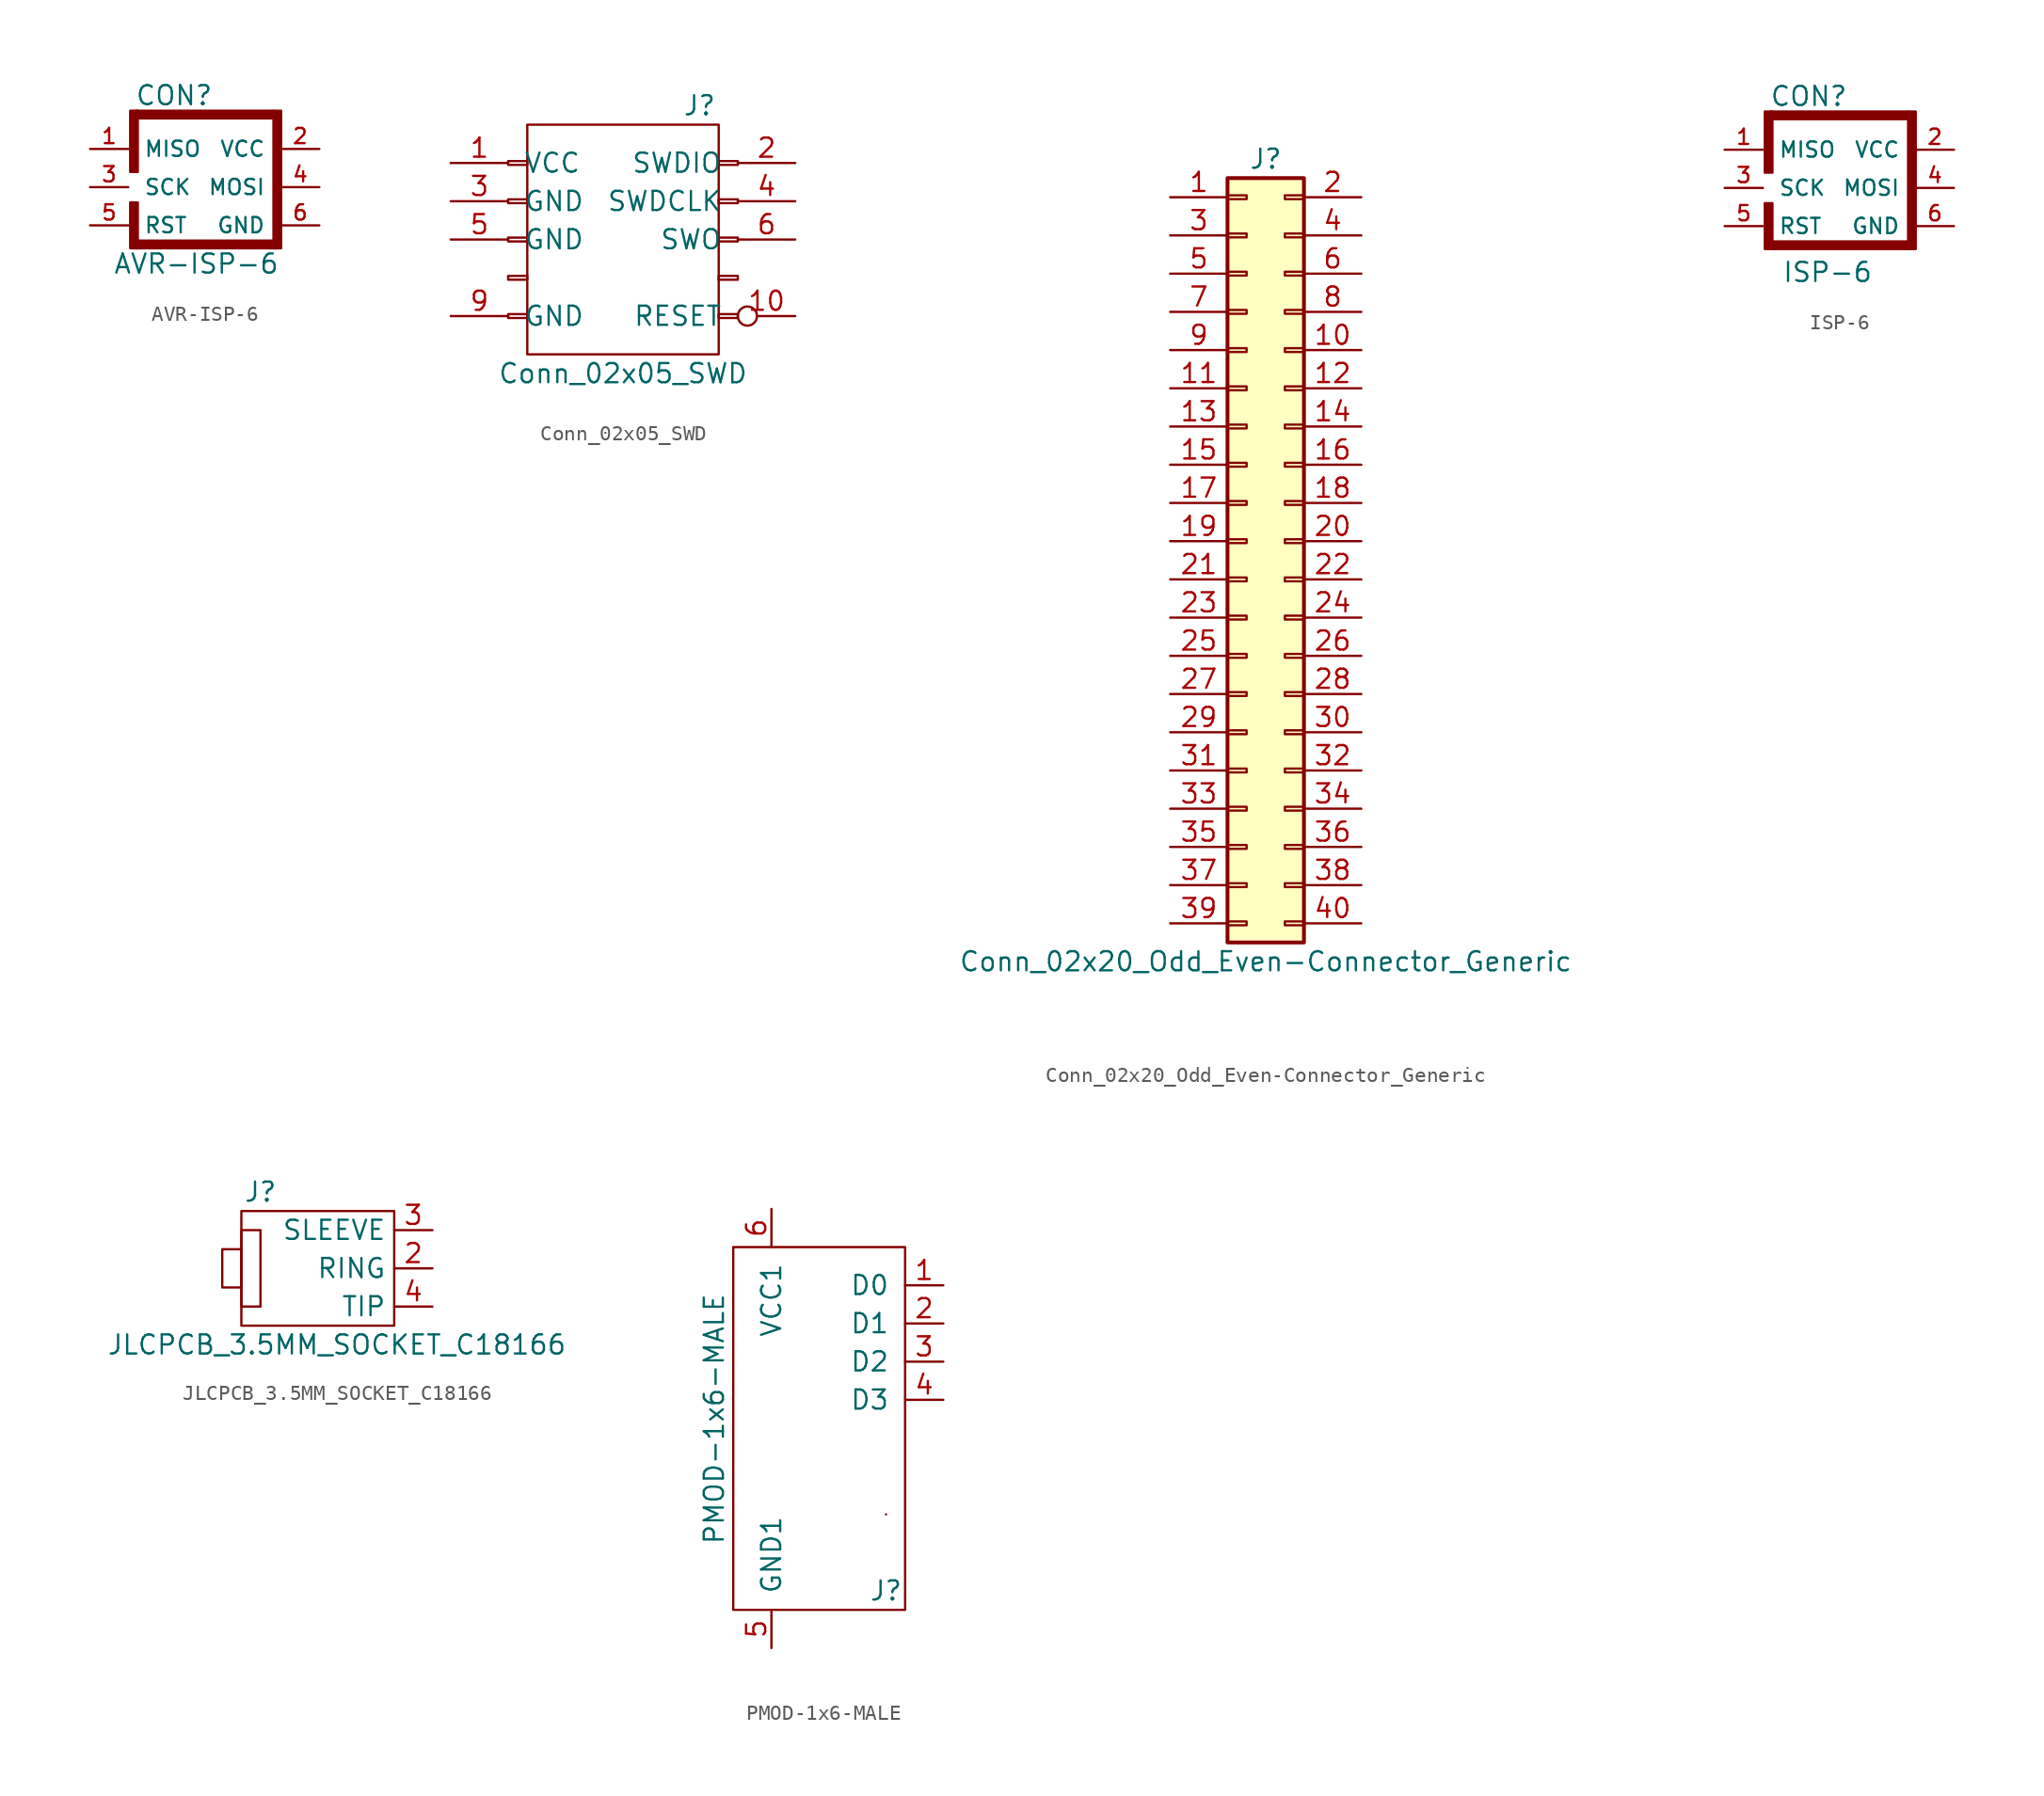
<source format=kicad_sym>
(kicad_symbol_lib
  (version 20220914)
  (generator kicad_symbol_editor)
  (symbol "AVR-ISP-6"
    (pin_names
      (offset 1.016))
    (property "Reference" "CON"
      (at -2.032 6.096 0)
      (effects (font (size 1.27 1.27))))
    (property "Value" "AVR-ISP-6"
      (at -6.096 -5.842 0)
      (effects (font (size 1.27 1.27)) (justify left bottom)))
    (property "Datasheet" ""
      (at 0 0 0)
      (effects (font (size 1.524 1.524))))
    (symbol "AVR-ISP-6_0_1"
      (rectangle (start -4.572 -3.556) (end 4.826 -4.064) (stroke (width 0) (type default)) (fill (type outline)))
      (rectangle (start -4.572 5.08) (end 4.572 4.572) (stroke (width 0) (type default)) (fill (type outline)))
      (rectangle (start -4.445 -4.064) (end -4.953 -1.016) (stroke (width 0) (type default)) (fill (type outline)))
      (rectangle (start -4.445 5.08) (end -4.953 1.016) (stroke (width 0) (type default)) (fill (type outline)))
      (rectangle (start 4.572 5.08) (end 5.08 -4.064) (stroke (width 0) (type default)) (fill (type outline))))
    (symbol "AVR-ISP-6_1_1"
      (pin passive line (at -7.62 2.54 0) (length 2.54) (name "MISO" (effects (font (size 1.016 1.016)))) (number "1" (effects (font (size 1.016 1.016)))))
      (pin power_in line (at 7.62 2.54 180) (length 2.54) (name "VCC" (effects (font (size 1.016 1.016)))) (number "2" (effects (font (size 1.016 1.016)))))
      (pin passive line (at -7.62 0 0) (length 2.54) (name "SCK" (effects (font (size 1.016 1.016)))) (number "3" (effects (font (size 1.016 1.016)))))
      (pin input line (at 7.62 0 180) (length 2.54) (name "MOSI" (effects (font (size 1.016 1.016)))) (number "4" (effects (font (size 1.016 1.016)))))
      (pin passive line (at -7.62 -2.54 0) (length 2.54) (name "RST" (effects (font (size 1.016 1.016)))) (number "5" (effects (font (size 1.016 1.016)))))
      (pin power_in line (at 7.62 -2.54 180) (length 2.54) (name "GND" (effects (font (size 1.016 1.016)))) (number "6" (effects (font (size 1.016 1.016)))))))
  (symbol "Conn_02x05_SWD"
    (pin_names
      (offset 1.016))
    (property "Reference" "J"
      (at 5.08 8.89 0)
      (effects (font (size 1.27 1.27))))
    (property "Value" "Conn_02x05_SWD"
      (at 0 -8.89 0)
      (effects (font (size 1.27 1.27))))
    (symbol "Conn_02x05_SWD_0_1"
      (rectangle (start -6.35 7.62) (end 6.35 -7.62) (stroke (width 0) (type default)) (fill (type none))))
    (symbol "Conn_02x05_SWD_1_1"
      (rectangle (start -7.62 -4.953) (end -6.35 -5.207) (stroke (width 0.152) (type default)) (fill (type none)))
      (rectangle (start -7.62 -2.413) (end -6.35 -2.667) (stroke (width 0.152) (type default)) (fill (type none)))
      (rectangle (start -7.62 0.127) (end -6.35 -0.127) (stroke (width 0.152) (type default)) (fill (type none)))
      (rectangle (start -7.62 2.667) (end -6.35 2.413) (stroke (width 0.152) (type default)) (fill (type none)))
      (rectangle (start -7.62 5.207) (end -6.35 4.953) (stroke (width 0.152) (type default)) (fill (type none)))
      (rectangle (start 7.62 -4.953) (end 6.35 -5.207) (stroke (width 0.152) (type default)) (fill (type none)))
      (rectangle (start 7.62 -2.413) (end 6.35 -2.667) (stroke (width 0.152) (type default)) (fill (type none)))
      (rectangle (start 7.62 0.127) (end 6.35 -0.127) (stroke (width 0.152) (type default)) (fill (type none)))
      (rectangle (start 7.62 2.667) (end 6.35 2.413) (stroke (width 0.152) (type default)) (fill (type none)))
      (rectangle (start 7.62 5.207) (end 6.35 4.953) (stroke (width 0.152) (type default)) (fill (type none)))
      (pin power_in line (at -11.43 5.08 0) (length 3.81) (name "VCC" (effects (font (size 1.27 1.27)))) (number "1" (effects (font (size 1.27 1.27)))))
      (pin bidirectional inverted (at 11.43 -5.08 180) (length 3.81) (name "RESET" (effects (font (size 1.27 1.27)))) (number "10" (effects (font (size 1.27 1.27)))))
      (pin bidirectional line (at 11.43 5.08 180) (length 3.81) (name "SWDIO" (effects (font (size 1.27 1.27)))) (number "2" (effects (font (size 1.27 1.27)))))
      (pin passive line (at -11.43 2.54 0) (length 3.81) (name "GND" (effects (font (size 1.27 1.27)))) (number "3" (effects (font (size 1.27 1.27)))))
      (pin bidirectional line (at 11.43 2.54 180) (length 3.81) (name "SWDCLK" (effects (font (size 1.27 1.27)))) (number "4" (effects (font (size 1.27 1.27)))))
      (pin passive line (at -11.43 0 0) (length 3.81) (name "GND" (effects (font (size 1.27 1.27)))) (number "5" (effects (font (size 1.27 1.27)))))
      (pin bidirectional line (at 11.43 0 180) (length 3.81) (name "SWO" (effects (font (size 1.27 1.27)))) (number "6" (effects (font (size 1.27 1.27)))))
      (pin passive line (at -11.43 -5.08 0) (length 3.81) (name "GND" (effects (font (size 1.27 1.27)))) (number "9" (effects (font (size 1.27 1.27)))))))
  (symbol "Conn_02x20_Odd_Even-Connector_Generic"
    (pin_names
      (offset 1.016) hide)
    (property "Reference" "J"
      (at 1.27 25.4 0)
      (effects (font (size 1.27 1.27))))
    (property "Value" "Conn_02x20_Odd_Even-Connector_Generic"
      (at 1.27 -27.94 0)
      (effects (font (size 1.27 1.27))))
    (symbol "Conn_02x20_Odd_Even-Connector_Generic_1_1"
      (rectangle (start -1.27 -25.273) (end 0 -25.527) (stroke (width 0.152) (type default)) (fill (type none)))
      (rectangle (start -1.27 -22.733) (end 0 -22.987) (stroke (width 0.152) (type default)) (fill (type none)))
      (rectangle (start -1.27 -20.193) (end 0 -20.447) (stroke (width 0.152) (type default)) (fill (type none)))
      (rectangle (start -1.27 -17.653) (end 0 -17.907) (stroke (width 0.152) (type default)) (fill (type none)))
      (rectangle (start -1.27 -15.113) (end 0 -15.367) (stroke (width 0.152) (type default)) (fill (type none)))
      (rectangle (start -1.27 -12.573) (end 0 -12.827) (stroke (width 0.152) (type default)) (fill (type none)))
      (rectangle (start -1.27 -10.033) (end 0 -10.287) (stroke (width 0.152) (type default)) (fill (type none)))
      (rectangle (start -1.27 -7.493) (end 0 -7.747) (stroke (width 0.152) (type default)) (fill (type none)))
      (rectangle (start -1.27 -4.953) (end 0 -5.207) (stroke (width 0.152) (type default)) (fill (type none)))
      (rectangle (start -1.27 -2.413) (end 0 -2.667) (stroke (width 0.152) (type default)) (fill (type none)))
      (rectangle (start -1.27 0.127) (end 0 -0.127) (stroke (width 0.152) (type default)) (fill (type none)))
      (rectangle (start -1.27 2.667) (end 0 2.413) (stroke (width 0.152) (type default)) (fill (type none)))
      (rectangle (start -1.27 5.207) (end 0 4.953) (stroke (width 0.152) (type default)) (fill (type none)))
      (rectangle (start -1.27 7.747) (end 0 7.493) (stroke (width 0.152) (type default)) (fill (type none)))
      (rectangle (start -1.27 10.287) (end 0 10.033) (stroke (width 0.152) (type default)) (fill (type none)))
      (rectangle (start -1.27 12.827) (end 0 12.573) (stroke (width 0.152) (type default)) (fill (type none)))
      (rectangle (start -1.27 15.367) (end 0 15.113) (stroke (width 0.152) (type default)) (fill (type none)))
      (rectangle (start -1.27 17.907) (end 0 17.653) (stroke (width 0.152) (type default)) (fill (type none)))
      (rectangle (start -1.27 20.447) (end 0 20.193) (stroke (width 0.152) (type default)) (fill (type none)))
      (rectangle (start -1.27 22.987) (end 0 22.733) (stroke (width 0.152) (type default)) (fill (type none)))
      (rectangle (start -1.27 24.13) (end 3.81 -26.67) (stroke (width 0.254) (type default)) (fill (type background)))
      (rectangle (start 3.81 -25.273) (end 2.54 -25.527) (stroke (width 0.152) (type default)) (fill (type none)))
      (rectangle (start 3.81 -22.733) (end 2.54 -22.987) (stroke (width 0.152) (type default)) (fill (type none)))
      (rectangle (start 3.81 -20.193) (end 2.54 -20.447) (stroke (width 0.152) (type default)) (fill (type none)))
      (rectangle (start 3.81 -17.653) (end 2.54 -17.907) (stroke (width 0.152) (type default)) (fill (type none)))
      (rectangle (start 3.81 -15.113) (end 2.54 -15.367) (stroke (width 0.152) (type default)) (fill (type none)))
      (rectangle (start 3.81 -12.573) (end 2.54 -12.827) (stroke (width 0.152) (type default)) (fill (type none)))
      (rectangle (start 3.81 -10.033) (end 2.54 -10.287) (stroke (width 0.152) (type default)) (fill (type none)))
      (rectangle (start 3.81 -7.493) (end 2.54 -7.747) (stroke (width 0.152) (type default)) (fill (type none)))
      (rectangle (start 3.81 -4.953) (end 2.54 -5.207) (stroke (width 0.152) (type default)) (fill (type none)))
      (rectangle (start 3.81 -2.413) (end 2.54 -2.667) (stroke (width 0.152) (type default)) (fill (type none)))
      (rectangle (start 3.81 0.127) (end 2.54 -0.127) (stroke (width 0.152) (type default)) (fill (type none)))
      (rectangle (start 3.81 2.667) (end 2.54 2.413) (stroke (width 0.152) (type default)) (fill (type none)))
      (rectangle (start 3.81 5.207) (end 2.54 4.953) (stroke (width 0.152) (type default)) (fill (type none)))
      (rectangle (start 3.81 7.747) (end 2.54 7.493) (stroke (width 0.152) (type default)) (fill (type none)))
      (rectangle (start 3.81 10.287) (end 2.54 10.033) (stroke (width 0.152) (type default)) (fill (type none)))
      (rectangle (start 3.81 12.827) (end 2.54 12.573) (stroke (width 0.152) (type default)) (fill (type none)))
      (rectangle (start 3.81 15.367) (end 2.54 15.113) (stroke (width 0.152) (type default)) (fill (type none)))
      (rectangle (start 3.81 17.907) (end 2.54 17.653) (stroke (width 0.152) (type default)) (fill (type none)))
      (rectangle (start 3.81 20.447) (end 2.54 20.193) (stroke (width 0.152) (type default)) (fill (type none)))
      (rectangle (start 3.81 22.987) (end 2.54 22.733) (stroke (width 0.152) (type default)) (fill (type none)))
      (pin passive line (at -5.08 22.86 0) (length 3.81) (name "Pin_1" (effects (font (size 1.27 1.27)))) (number "1" (effects (font (size 1.27 1.27)))))
      (pin passive line (at 7.62 12.7 180) (length 3.81) (name "Pin_10" (effects (font (size 1.27 1.27)))) (number "10" (effects (font (size 1.27 1.27)))))
      (pin passive line (at -5.08 10.16 0) (length 3.81) (name "Pin_11" (effects (font (size 1.27 1.27)))) (number "11" (effects (font (size 1.27 1.27)))))
      (pin passive line (at 7.62 10.16 180) (length 3.81) (name "Pin_12" (effects (font (size 1.27 1.27)))) (number "12" (effects (font (size 1.27 1.27)))))
      (pin passive line (at -5.08 7.62 0) (length 3.81) (name "Pin_13" (effects (font (size 1.27 1.27)))) (number "13" (effects (font (size 1.27 1.27)))))
      (pin passive line (at 7.62 7.62 180) (length 3.81) (name "Pin_14" (effects (font (size 1.27 1.27)))) (number "14" (effects (font (size 1.27 1.27)))))
      (pin passive line (at -5.08 5.08 0) (length 3.81) (name "Pin_15" (effects (font (size 1.27 1.27)))) (number "15" (effects (font (size 1.27 1.27)))))
      (pin passive line (at 7.62 5.08 180) (length 3.81) (name "Pin_16" (effects (font (size 1.27 1.27)))) (number "16" (effects (font (size 1.27 1.27)))))
      (pin passive line (at -5.08 2.54 0) (length 3.81) (name "Pin_17" (effects (font (size 1.27 1.27)))) (number "17" (effects (font (size 1.27 1.27)))))
      (pin passive line (at 7.62 2.54 180) (length 3.81) (name "Pin_18" (effects (font (size 1.27 1.27)))) (number "18" (effects (font (size 1.27 1.27)))))
      (pin passive line (at -5.08 0 0) (length 3.81) (name "Pin_19" (effects (font (size 1.27 1.27)))) (number "19" (effects (font (size 1.27 1.27)))))
      (pin passive line (at 7.62 22.86 180) (length 3.81) (name "Pin_2" (effects (font (size 1.27 1.27)))) (number "2" (effects (font (size 1.27 1.27)))))
      (pin passive line (at 7.62 0 180) (length 3.81) (name "Pin_20" (effects (font (size 1.27 1.27)))) (number "20" (effects (font (size 1.27 1.27)))))
      (pin passive line (at -5.08 -2.54 0) (length 3.81) (name "Pin_21" (effects (font (size 1.27 1.27)))) (number "21" (effects (font (size 1.27 1.27)))))
      (pin passive line (at 7.62 -2.54 180) (length 3.81) (name "Pin_22" (effects (font (size 1.27 1.27)))) (number "22" (effects (font (size 1.27 1.27)))))
      (pin passive line (at -5.08 -5.08 0) (length 3.81) (name "Pin_23" (effects (font (size 1.27 1.27)))) (number "23" (effects (font (size 1.27 1.27)))))
      (pin passive line (at 7.62 -5.08 180) (length 3.81) (name "Pin_24" (effects (font (size 1.27 1.27)))) (number "24" (effects (font (size 1.27 1.27)))))
      (pin passive line (at -5.08 -7.62 0) (length 3.81) (name "Pin_25" (effects (font (size 1.27 1.27)))) (number "25" (effects (font (size 1.27 1.27)))))
      (pin passive line (at 7.62 -7.62 180) (length 3.81) (name "Pin_26" (effects (font (size 1.27 1.27)))) (number "26" (effects (font (size 1.27 1.27)))))
      (pin passive line (at -5.08 -10.16 0) (length 3.81) (name "Pin_27" (effects (font (size 1.27 1.27)))) (number "27" (effects (font (size 1.27 1.27)))))
      (pin passive line (at 7.62 -10.16 180) (length 3.81) (name "Pin_28" (effects (font (size 1.27 1.27)))) (number "28" (effects (font (size 1.27 1.27)))))
      (pin passive line (at -5.08 -12.7 0) (length 3.81) (name "Pin_29" (effects (font (size 1.27 1.27)))) (number "29" (effects (font (size 1.27 1.27)))))
      (pin passive line (at -5.08 20.32 0) (length 3.81) (name "Pin_3" (effects (font (size 1.27 1.27)))) (number "3" (effects (font (size 1.27 1.27)))))
      (pin passive line (at 7.62 -12.7 180) (length 3.81) (name "Pin_30" (effects (font (size 1.27 1.27)))) (number "30" (effects (font (size 1.27 1.27)))))
      (pin passive line (at -5.08 -15.24 0) (length 3.81) (name "Pin_31" (effects (font (size 1.27 1.27)))) (number "31" (effects (font (size 1.27 1.27)))))
      (pin passive line (at 7.62 -15.24 180) (length 3.81) (name "Pin_32" (effects (font (size 1.27 1.27)))) (number "32" (effects (font (size 1.27 1.27)))))
      (pin passive line (at -5.08 -17.78 0) (length 3.81) (name "Pin_33" (effects (font (size 1.27 1.27)))) (number "33" (effects (font (size 1.27 1.27)))))
      (pin passive line (at 7.62 -17.78 180) (length 3.81) (name "Pin_34" (effects (font (size 1.27 1.27)))) (number "34" (effects (font (size 1.27 1.27)))))
      (pin passive line (at -5.08 -20.32 0) (length 3.81) (name "Pin_35" (effects (font (size 1.27 1.27)))) (number "35" (effects (font (size 1.27 1.27)))))
      (pin passive line (at 7.62 -20.32 180) (length 3.81) (name "Pin_36" (effects (font (size 1.27 1.27)))) (number "36" (effects (font (size 1.27 1.27)))))
      (pin passive line (at -5.08 -22.86 0) (length 3.81) (name "Pin_37" (effects (font (size 1.27 1.27)))) (number "37" (effects (font (size 1.27 1.27)))))
      (pin passive line (at 7.62 -22.86 180) (length 3.81) (name "Pin_38" (effects (font (size 1.27 1.27)))) (number "38" (effects (font (size 1.27 1.27)))))
      (pin passive line (at -5.08 -25.4 0) (length 3.81) (name "Pin_39" (effects (font (size 1.27 1.27)))) (number "39" (effects (font (size 1.27 1.27)))))
      (pin passive line (at 7.62 20.32 180) (length 3.81) (name "Pin_4" (effects (font (size 1.27 1.27)))) (number "4" (effects (font (size 1.27 1.27)))))
      (pin passive line (at 7.62 -25.4 180) (length 3.81) (name "Pin_40" (effects (font (size 1.27 1.27)))) (number "40" (effects (font (size 1.27 1.27)))))
      (pin passive line (at -5.08 17.78 0) (length 3.81) (name "Pin_5" (effects (font (size 1.27 1.27)))) (number "5" (effects (font (size 1.27 1.27)))))
      (pin passive line (at 7.62 17.78 180) (length 3.81) (name "Pin_6" (effects (font (size 1.27 1.27)))) (number "6" (effects (font (size 1.27 1.27)))))
      (pin passive line (at -5.08 15.24 0) (length 3.81) (name "Pin_7" (effects (font (size 1.27 1.27)))) (number "7" (effects (font (size 1.27 1.27)))))
      (pin passive line (at 7.62 15.24 180) (length 3.81) (name "Pin_8" (effects (font (size 1.27 1.27)))) (number "8" (effects (font (size 1.27 1.27)))))
      (pin passive line (at -5.08 12.7 0) (length 3.81) (name "Pin_9" (effects (font (size 1.27 1.27)))) (number "9" (effects (font (size 1.27 1.27)))))))
  (symbol "ISP-6"
    (pin_names
      (offset 1.016))
    (property "Reference" "CON"
      (at -2.032 6.096 0)
      (effects (font (size 1.27 1.27))))
    (property "Value" "ISP-6"
      (at -3.81 -6.35 0)
      (effects (font (size 1.27 1.27)) (justify left bottom)))
    (property "Datasheet" ""
      (at 0 0 0)
      (effects (font (size 1.524 1.524))))
    (symbol "ISP-6_0_1"
      (rectangle (start -4.572 -3.556) (end 4.826 -4.064) (stroke (width 0) (type default)) (fill (type outline)))
      (rectangle (start -4.572 5.08) (end 4.572 4.572) (stroke (width 0) (type default)) (fill (type outline)))
      (rectangle (start -4.445 -4.064) (end -4.953 -1.016) (stroke (width 0) (type default)) (fill (type outline)))
      (rectangle (start -4.445 5.08) (end -4.953 1.016) (stroke (width 0) (type default)) (fill (type outline)))
      (rectangle (start 4.572 5.08) (end 5.08 -4.064) (stroke (width 0) (type default)) (fill (type outline))))
    (symbol "ISP-6_1_1"
      (pin passive line (at -7.62 2.54 0) (length 2.54) (name "MISO" (effects (font (size 1.016 1.016)))) (number "1" (effects (font (size 1.016 1.016)))))
      (pin power_out line (at 7.62 2.54 180) (length 2.54) (name "VCC" (effects (font (size 1.016 1.016)))) (number "2" (effects (font (size 1.016 1.016)))))
      (pin passive line (at -7.62 0 0) (length 2.54) (name "SCK" (effects (font (size 1.016 1.016)))) (number "3" (effects (font (size 1.016 1.016)))))
      (pin input line (at 7.62 0 180) (length 2.54) (name "MOSI" (effects (font (size 1.016 1.016)))) (number "4" (effects (font (size 1.016 1.016)))))
      (pin passive line (at -7.62 -2.54 0) (length 2.54) (name "RST" (effects (font (size 1.016 1.016)))) (number "5" (effects (font (size 1.016 1.016)))))
      (pin power_in line (at 7.62 -2.54 180) (length 2.54) (name "GND" (effects (font (size 1.016 1.016)))) (number "6" (effects (font (size 1.016 1.016)))))))
  (symbol "JLCPCB_3.5MM_SOCKET_C18166"
    (property "Reference" "J"
      (at -5.08 3.81 0)
      (effects (font (size 1.27 1.27))))
    (property "Value" "JLCPCB_3.5MM_SOCKET_C18166"
      (at 0 -6.35 0)
      (effects (font (size 1.27 1.27))))
    (symbol "JLCPCB_3.5MM_SOCKET_C18166_0_1"
      (rectangle (start -6.35 0) (end -7.62 -2.54) (stroke (width 0) (type default)) (fill (type none)))
      (rectangle (start -6.35 1.27) (end -5.08 -3.81) (stroke (width 0) (type default)) (fill (type none)))
      (rectangle (start -6.35 2.54) (end 3.81 -5.08) (stroke (width 0) (type default)) (fill (type none))))
    (symbol "JLCPCB_3.5MM_SOCKET_C18166_1_1"
      (pin passive line (at 6.35 -1.27 180) (length 2.54) (name "RING" (effects (font (size 1.27 1.27)))) (number "2" (effects (font (size 1.27 1.27)))))
      (pin passive line (at 6.35 1.27 180) (length 2.54) (name "SLEEVE" (effects (font (size 1.27 1.27)))) (number "3" (effects (font (size 1.27 1.27)))))
      (pin passive line (at 6.35 -3.81 180) (length 2.54) (name "TIP" (effects (font (size 1.27 1.27)))) (number "4" (effects (font (size 1.27 1.27)))))))
  (symbol "PMOD-1x6-MALE"
    (pin_names
      (offset 1.016))
    (property "Reference" "J"
      (at 2.54 -13.97 0)
      (effects (font (size 1.27 1.27))))
    (property "Value" "PMOD-1x6-MALE"
      (at -8.89 -2.54 90)
      (effects (font (size 1.27 1.27))))
    (symbol "PMOD-1x6-MALE_0_1"
      (rectangle (start -7.62 8.89) (end 3.81 -15.24) (stroke (width 0) (type default)) (fill (type none)))
      (rectangle (start 2.54 -8.89) (end 2.54 -8.89) (stroke (width 0) (type default)) (fill (type none))))
    (symbol "PMOD-1x6-MALE_1_1"
      (pin bidirectional line (at 6.35 6.35 180) (length 2.54) (name "D0" (effects (font (size 1.27 1.27)))) (number "1" (effects (font (size 1.27 1.27)))))
      (pin bidirectional line (at 6.35 3.81 180) (length 2.54) (name "D1" (effects (font (size 1.27 1.27)))) (number "2" (effects (font (size 1.27 1.27)))))
      (pin bidirectional line (at 6.35 1.27 180) (length 2.54) (name "D2" (effects (font (size 1.27 1.27)))) (number "3" (effects (font (size 1.27 1.27)))))
      (pin bidirectional line (at 6.35 -1.27 180) (length 2.54) (name "D3" (effects (font (size 1.27 1.27)))) (number "4" (effects (font (size 1.27 1.27)))))
      (pin passive line (at -5.08 -17.78 90) (length 2.54) (name "GND1" (effects (font (size 1.27 1.27)))) (number "5" (effects (font (size 1.27 1.27)))))
      (pin passive line (at -5.08 11.43 270) (length 2.54) (name "VCC1" (effects (font (size 1.27 1.27)))) (number "6" (effects (font (size 1.27 1.27))))))))
</source>
